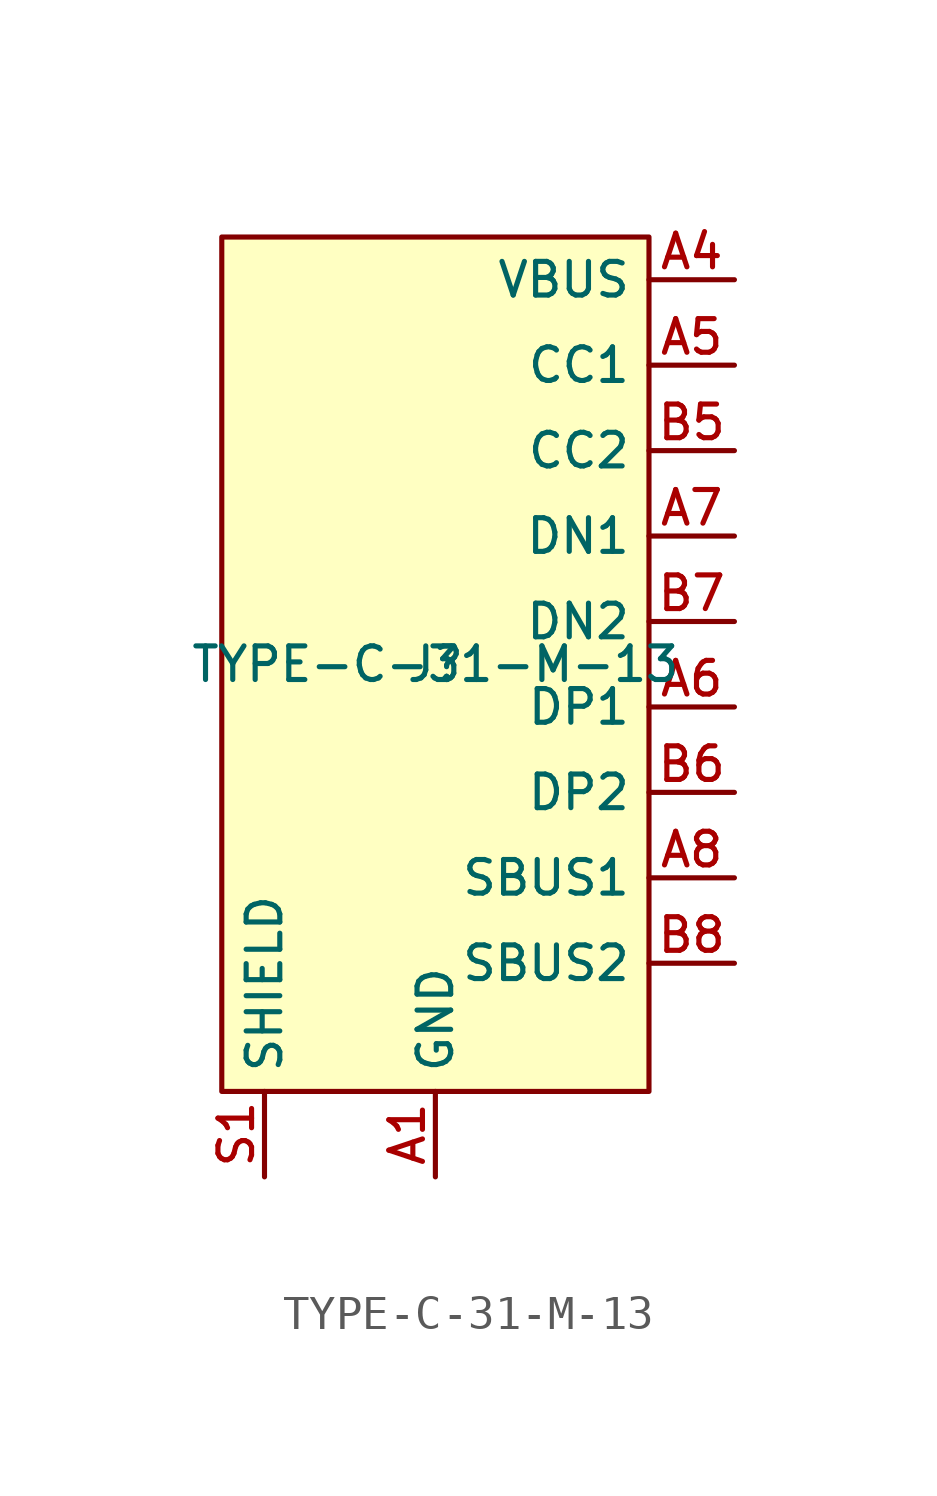
<source format=kicad_sym>
(kicad_symbol_lib
  (version 20211014)
  (generator kicad_symbol_editor)
  (symbol "TYPE-C-31-M-13"
    (property "Reference" "J"
      (at 0 0 0)
      (effects (font (size 1 1))))
    (property "Value" "TYPE-C-31-M-13"
      (at 0 0 0)
      (effects (font (size 1 1))))
    (symbol "TYPE-C-31-M-13_0_1"
      (rectangle (start -6.35 12.7) (end 6.35 -12.7) (stroke (width 0) (type default) (color 0 0 0 0)) (fill (type background))))
    (symbol "TYPE-C-31-M-13_1_1"
      (pin passive line (at 0 -15.24 90) (length 2.54) (name "GND" (effects (font (size 1 1)))) (number "A1" (effects (font (size 1 1)))))
      (pin passive line (at 8.89 11.43 180) (length 2.54) (name "VBUS" (effects (font (size 1 1)))) (number "A4" (effects (font (size 1 1)))))
      (pin bidirectional line (at 8.89 8.89 180) (length 2.54) (name "CC1" (effects (font (size 1 1)))) (number "A5" (effects (font (size 1 1)))))
      (pin bidirectional line (at 8.89 -1.27 180) (length 2.54) (name "DP1" (effects (font (size 1 1)))) (number "A6" (effects (font (size 1 1)))))
      (pin bidirectional line (at 8.89 3.81 180) (length 2.54) (name "DN1" (effects (font (size 1 1)))) (number "A7" (effects (font (size 1 1)))))
      (pin bidirectional line (at 8.89 -6.35 180) (length 2.54) (name "SBUS1" (effects (font (size 1 1)))) (number "A8" (effects (font (size 1 1)))))
      (pin bidirectional line (at 8.89 6.35 180) (length 2.54) (name "CC2" (effects (font (size 1 1)))) (number "B5" (effects (font (size 1 1)))))
      (pin bidirectional line (at 8.89 -3.81 180) (length 2.54) (name "DP2" (effects (font (size 1 1)))) (number "B6" (effects (font (size 1 1)))))
      (pin bidirectional line (at 8.89 1.27 180) (length 2.54) (name "DN2" (effects (font (size 1 1)))) (number "B7" (effects (font (size 1 1)))))
      (pin bidirectional line (at 8.89 -8.89 180) (length 2.54) (name "SBUS2" (effects (font (size 1 1)))) (number "B8" (effects (font (size 1 1)))))
      (pin passive line (at -5.08 -15.24 90) (length 2.54) (name "SHIELD" (effects (font (size 1 1)))) (number "S1" (effects (font (size 1 1))))))))
</source>
